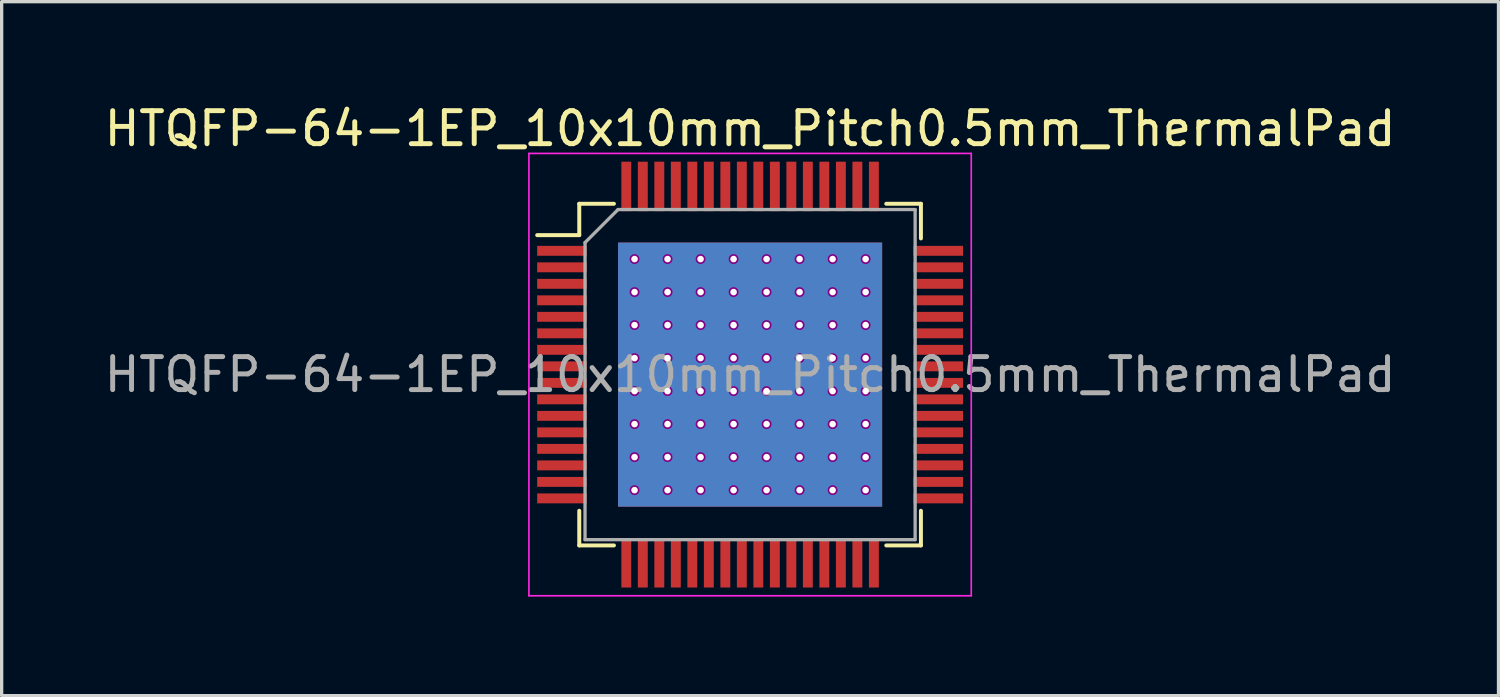
<source format=kicad_pcb>
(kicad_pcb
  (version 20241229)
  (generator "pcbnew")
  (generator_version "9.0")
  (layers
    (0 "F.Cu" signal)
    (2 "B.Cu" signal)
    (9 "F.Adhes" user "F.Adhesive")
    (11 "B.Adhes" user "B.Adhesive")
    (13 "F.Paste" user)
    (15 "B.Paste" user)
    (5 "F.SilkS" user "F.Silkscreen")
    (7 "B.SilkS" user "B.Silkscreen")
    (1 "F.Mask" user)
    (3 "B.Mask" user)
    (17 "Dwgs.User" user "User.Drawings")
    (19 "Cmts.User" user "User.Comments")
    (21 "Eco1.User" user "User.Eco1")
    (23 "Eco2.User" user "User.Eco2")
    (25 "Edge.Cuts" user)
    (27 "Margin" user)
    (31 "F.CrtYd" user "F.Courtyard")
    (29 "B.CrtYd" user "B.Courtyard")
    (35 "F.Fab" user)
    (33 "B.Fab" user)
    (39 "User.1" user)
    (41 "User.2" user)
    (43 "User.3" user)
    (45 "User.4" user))
  (footprint "HTQFP-64-1EP_10x10mm_Pitch0.5mm_ThermalPad"
    (layer "F.Cu")
    (at 19.673 8.298)
    (property "Reference" "HTQFP-64-1EP_10x10mm_Pitch0.5mm_ThermalPad" (at 0 -7.45 0) (layer "F.SilkS") (effects (font (size 1 1) (thickness 0.15))))
    (attr smd)
    (fp_line (start -5.175 -5.175) (end -5.175 -4.225) (stroke (width 0.12) (type solid)) (layer "F.SilkS"))
    (fp_line (start -5.175 -5.175) (end -4.125 -5.175) (stroke (width 0.12) (type solid)) (layer "F.SilkS"))
    (fp_line (start -5.175 -4.225) (end -6.45 -4.225) (stroke (width 0.12) (type solid)) (layer "F.SilkS"))
    (fp_line (start -5.175 5.175) (end -5.175 4.125) (stroke (width 0.12) (type solid)) (layer "F.SilkS"))
    (fp_line (start -5.175 5.175) (end -4.125 5.175) (stroke (width 0.12) (type solid)) (layer "F.SilkS"))
    (fp_line (start 5.175 -5.175) (end 4.125 -5.175) (stroke (width 0.12) (type solid)) (layer "F.SilkS"))
    (fp_line (start 5.175 -5.175) (end 5.175 -4.125) (stroke (width 0.12) (type solid)) (layer "F.SilkS"))
    (fp_line (start 5.175 5.175) (end 4.125 5.175) (stroke (width 0.12) (type solid)) (layer "F.SilkS"))
    (fp_line (start 5.175 5.175) (end 5.175 4.125) (stroke (width 0.12) (type solid)) (layer "F.SilkS"))
    (fp_line (start -6.7 -6.7) (end -6.7 6.7) (stroke (width 0.05) (type solid)) (layer "F.CrtYd"))
    (fp_line (start -6.7 -6.7) (end 6.7 -6.7) (stroke (width 0.05) (type solid)) (layer "F.CrtYd"))
    (fp_line (start -6.7 6.7) (end 6.7 6.7) (stroke (width 0.05) (type solid)) (layer "F.CrtYd"))
    (fp_line (start 6.7 -6.7) (end 6.7 6.7) (stroke (width 0.05) (type solid)) (layer "F.CrtYd"))
    (fp_line (start -5 -4) (end -4 -5) (stroke (width 0.1) (type solid)) (layer "F.Fab"))
    (fp_line (start -5 5) (end -5 -4) (stroke (width 0.1) (type solid)) (layer "F.Fab"))
    (fp_line (start -4 -5) (end 5 -5) (stroke (width 0.1) (type solid)) (layer "F.Fab"))
    (fp_line (start 5 -5) (end 5 5) (stroke (width 0.1) (type solid)) (layer "F.Fab"))
    (fp_line (start 5 5) (end -5 5) (stroke (width 0.1) (type solid)) (layer "F.Fab"))
    (fp_text user "${REFERENCE}" (at 0 0 0) (layer "F.Fab") (effects (font (size 1 1) (thickness 0.15))))
    (pad "1" smd rect (at -5.7 -3.75) (size 1.5 0.3) (layers "F.Cu" "F.Mask" "F.Paste"))
    (pad "2" smd rect (at -5.7 -3.25) (size 1.5 0.3) (layers "F.Cu" "F.Mask" "F.Paste"))
    (pad "3" smd rect (at -5.7 -2.75) (size 1.5 0.3) (layers "F.Cu" "F.Mask" "F.Paste"))
    (pad "4" smd rect (at -5.7 -2.25) (size 1.5 0.3) (layers "F.Cu" "F.Mask" "F.Paste"))
    (pad "5" smd rect (at -5.7 -1.75) (size 1.5 0.3) (layers "F.Cu" "F.Mask" "F.Paste"))
    (pad "6" smd rect (at -5.7 -1.25) (size 1.5 0.3) (layers "F.Cu" "F.Mask" "F.Paste"))
    (pad "7" smd rect (at -5.7 -0.75) (size 1.5 0.3) (layers "F.Cu" "F.Mask" "F.Paste"))
    (pad "8" smd rect (at -5.7 -0.25) (size 1.5 0.3) (layers "F.Cu" "F.Mask" "F.Paste"))
    (pad "9" smd rect (at -5.7 0.25) (size 1.5 0.3) (layers "F.Cu" "F.Mask" "F.Paste"))
    (pad "10" smd rect (at -5.7 0.75) (size 1.5 0.3) (layers "F.Cu" "F.Mask" "F.Paste"))
    (pad "11" smd rect (at -5.7 1.25) (size 1.5 0.3) (layers "F.Cu" "F.Mask" "F.Paste"))
    (pad "12" smd rect (at -5.7 1.75) (size 1.5 0.3) (layers "F.Cu" "F.Mask" "F.Paste"))
    (pad "13" smd rect (at -5.7 2.25) (size 1.5 0.3) (layers "F.Cu" "F.Mask" "F.Paste"))
    (pad "14" smd rect (at -5.7 2.75) (size 1.5 0.3) (layers "F.Cu" "F.Mask" "F.Paste"))
    (pad "15" smd rect (at -5.7 3.25) (size 1.5 0.3) (layers "F.Cu" "F.Mask" "F.Paste"))
    (pad "16" smd rect (at -5.7 3.75) (size 1.5 0.3) (layers "F.Cu" "F.Mask" "F.Paste"))
    (pad "17" smd rect (at -3.75 5.7 90) (size 1.5 0.3) (layers "F.Cu" "F.Mask" "F.Paste"))
    (pad "18" smd rect (at -3.25 5.7 90) (size 1.5 0.3) (layers "F.Cu" "F.Mask" "F.Paste"))
    (pad "19" smd rect (at -2.75 5.7 90) (size 1.5 0.3) (layers "F.Cu" "F.Mask" "F.Paste"))
    (pad "20" smd rect (at -2.25 5.7 90) (size 1.5 0.3) (layers "F.Cu" "F.Mask" "F.Paste"))
    (pad "21" smd rect (at -1.75 5.7 90) (size 1.5 0.3) (layers "F.Cu" "F.Mask" "F.Paste"))
    (pad "22" smd rect (at -1.25 5.7 90) (size 1.5 0.3) (layers "F.Cu" "F.Mask" "F.Paste"))
    (pad "23" smd rect (at -0.75 5.7 90) (size 1.5 0.3) (layers "F.Cu" "F.Mask" "F.Paste"))
    (pad "24" smd rect (at -0.25 5.7 90) (size 1.5 0.3) (layers "F.Cu" "F.Mask" "F.Paste"))
    (pad "25" smd rect (at 0.25 5.7 90) (size 1.5 0.3) (layers "F.Cu" "F.Mask" "F.Paste"))
    (pad "26" smd rect (at 0.75 5.7 90) (size 1.5 0.3) (layers "F.Cu" "F.Mask" "F.Paste"))
    (pad "27" smd rect (at 1.25 5.7 90) (size 1.5 0.3) (layers "F.Cu" "F.Mask" "F.Paste"))
    (pad "28" smd rect (at 1.75 5.7 90) (size 1.5 0.3) (layers "F.Cu" "F.Mask" "F.Paste"))
    (pad "29" smd rect (at 2.25 5.7 90) (size 1.5 0.3) (layers "F.Cu" "F.Mask" "F.Paste"))
    (pad "30" smd rect (at 2.75 5.7 90) (size 1.5 0.3) (layers "F.Cu" "F.Mask" "F.Paste"))
    (pad "31" smd rect (at 3.25 5.7 90) (size 1.5 0.3) (layers "F.Cu" "F.Mask" "F.Paste"))
    (pad "32" smd rect (at 3.75 5.7 90) (size 1.5 0.3) (layers "F.Cu" "F.Mask" "F.Paste"))
    (pad "33" smd rect (at 5.7 3.75) (size 1.5 0.3) (layers "F.Cu" "F.Mask" "F.Paste"))
    (pad "34" smd rect (at 5.7 3.25) (size 1.5 0.3) (layers "F.Cu" "F.Mask" "F.Paste"))
    (pad "35" smd rect (at 5.7 2.75) (size 1.5 0.3) (layers "F.Cu" "F.Mask" "F.Paste"))
    (pad "36" smd rect (at 5.7 2.25) (size 1.5 0.3) (layers "F.Cu" "F.Mask" "F.Paste"))
    (pad "37" smd rect (at 5.7 1.75) (size 1.5 0.3) (layers "F.Cu" "F.Mask" "F.Paste"))
    (pad "38" smd rect (at 5.7 1.25) (size 1.5 0.3) (layers "F.Cu" "F.Mask" "F.Paste"))
    (pad "39" smd rect (at 5.7 0.75) (size 1.5 0.3) (layers "F.Cu" "F.Mask" "F.Paste"))
    (pad "40" smd rect (at 5.7 0.25) (size 1.5 0.3) (layers "F.Cu" "F.Mask" "F.Paste"))
    (pad "41" smd rect (at 5.7 -0.25) (size 1.5 0.3) (layers "F.Cu" "F.Mask" "F.Paste"))
    (pad "42" smd rect (at 5.7 -0.75) (size 1.5 0.3) (layers "F.Cu" "F.Mask" "F.Paste"))
    (pad "43" smd rect (at 5.7 -1.25) (size 1.5 0.3) (layers "F.Cu" "F.Mask" "F.Paste"))
    (pad "44" smd rect (at 5.7 -1.75) (size 1.5 0.3) (layers "F.Cu" "F.Mask" "F.Paste"))
    (pad "45" smd rect (at 5.7 -2.25) (size 1.5 0.3) (layers "F.Cu" "F.Mask" "F.Paste"))
    (pad "46" smd rect (at 5.7 -2.75) (size 1.5 0.3) (layers "F.Cu" "F.Mask" "F.Paste"))
    (pad "47" smd rect (at 5.7 -3.25) (size 1.5 0.3) (layers "F.Cu" "F.Mask" "F.Paste"))
    (pad "48" smd rect (at 5.7 -3.75) (size 1.5 0.3) (layers "F.Cu" "F.Mask" "F.Paste"))
    (pad "49" smd rect (at 3.75 -5.7 90) (size 1.5 0.3) (layers "F.Cu" "F.Mask" "F.Paste"))
    (pad "50" smd rect (at 3.25 -5.7 90) (size 1.5 0.3) (layers "F.Cu" "F.Mask" "F.Paste"))
    (pad "51" smd rect (at 2.75 -5.7 90) (size 1.5 0.3) (layers "F.Cu" "F.Mask" "F.Paste"))
    (pad "52" smd rect (at 2.25 -5.7 90) (size 1.5 0.3) (layers "F.Cu" "F.Mask" "F.Paste"))
    (pad "53" smd rect (at 1.75 -5.7 90) (size 1.5 0.3) (layers "F.Cu" "F.Mask" "F.Paste"))
    (pad "54" smd rect (at 1.25 -5.7 90) (size 1.5 0.3) (layers "F.Cu" "F.Mask" "F.Paste"))
    (pad "55" smd rect (at 0.75 -5.7 90) (size 1.5 0.3) (layers "F.Cu" "F.Mask" "F.Paste"))
    (pad "56" smd rect (at 0.25 -5.7 90) (size 1.5 0.3) (layers "F.Cu" "F.Mask" "F.Paste"))
    (pad "57" smd rect (at -0.25 -5.7 90) (size 1.5 0.3) (layers "F.Cu" "F.Mask" "F.Paste"))
    (pad "58" smd rect (at -0.75 -5.7 90) (size 1.5 0.3) (layers "F.Cu" "F.Mask" "F.Paste"))
    (pad "59" smd rect (at -1.25 -5.7 90) (size 1.5 0.3) (layers "F.Cu" "F.Mask" "F.Paste"))
    (pad "60" smd rect (at -1.75 -5.7 90) (size 1.5 0.3) (layers "F.Cu" "F.Mask" "F.Paste"))
    (pad "61" smd rect (at -2.25 -5.7 90) (size 1.5 0.3) (layers "F.Cu" "F.Mask" "F.Paste"))
    (pad "62" smd rect (at -2.75 -5.7 90) (size 1.5 0.3) (layers "F.Cu" "F.Mask" "F.Paste"))
    (pad "63" smd rect (at -3.25 -5.7 90) (size 1.5 0.3) (layers "F.Cu" "F.Mask" "F.Paste"))
    (pad "64" smd rect (at -3.75 -5.7 90) (size 1.5 0.3) (layers "F.Cu" "F.Mask" "F.Paste"))
    (pad "65" thru_hole circle (at -3.5 -3.5 90) (size 0.3 0.3) (drill 0.2) (layers "*.Cu" "F.Adhes"))
    (pad "65" thru_hole circle (at -3.5 -2.5 90) (size 0.3 0.3) (drill 0.2) (layers "*.Cu" "F.Adhes"))
    (pad "65" thru_hole circle (at -3.5 -1.5 90) (size 0.3 0.3) (drill 0.2) (layers "*.Cu" "F.Adhes"))
    (pad "65" thru_hole circle (at -3.5 -0.5 90) (size 0.3 0.3) (drill 0.2) (layers "*.Cu" "F.Adhes"))
    (pad "65" thru_hole circle (at -3.5 0.5 90) (size 0.3 0.3) (drill 0.2) (layers "*.Cu" "F.Adhes"))
    (pad "65" thru_hole circle (at -3.5 1.5 90) (size 0.3 0.3) (drill 0.2) (layers "*.Cu" "F.Adhes"))
    (pad "65" thru_hole circle (at -3.5 2.5 90) (size 0.3 0.3) (drill 0.2) (layers "*.Cu" "F.Adhes"))
    (pad "65" thru_hole circle (at -3.5 3.5 90) (size 0.3 0.3) (drill 0.2) (layers "*.Cu" "F.Adhes"))
    (pad "65" thru_hole circle (at -2.5 -3.5 90) (size 0.3 0.3) (drill 0.2) (layers "*.Cu" "F.Adhes"))
    (pad "65" thru_hole circle (at -2.5 -2.5 90) (size 0.3 0.3) (drill 0.2) (layers "*.Cu" "F.Adhes"))
    (pad "65" thru_hole circle (at -2.5 -1.5 90) (size 0.3 0.3) (drill 0.2) (layers "*.Cu" "F.Adhes"))
    (pad "65" thru_hole circle (at -2.5 -0.5 90) (size 0.3 0.3) (drill 0.2) (layers "*.Cu" "F.Adhes"))
    (pad "65" thru_hole circle (at -2.5 0.5 90) (size 0.3 0.3) (drill 0.2) (layers "*.Cu" "F.Adhes"))
    (pad "65" thru_hole circle (at -2.5 1.5 90) (size 0.3 0.3) (drill 0.2) (layers "*.Cu" "F.Adhes"))
    (pad "65" thru_hole circle (at -2.5 2.5 90) (size 0.3 0.3) (drill 0.2) (layers "*.Cu" "F.Adhes"))
    (pad "65" thru_hole circle (at -2.5 3.5 90) (size 0.3 0.3) (drill 0.2) (layers "*.Cu" "F.Adhes"))
    (pad "65" thru_hole circle (at -1.5 -3.5 90) (size 0.3 0.3) (drill 0.2) (layers "*.Cu" "F.Adhes"))
    (pad "65" thru_hole circle (at -1.5 -2.5 90) (size 0.3 0.3) (drill 0.2) (layers "*.Cu" "F.Adhes"))
    (pad "65" thru_hole circle (at -1.5 -1.5 90) (size 0.3 0.3) (drill 0.2) (layers "*.Cu" "F.Adhes"))
    (pad "65" thru_hole circle (at -1.5 -0.5 90) (size 0.3 0.3) (drill 0.2) (layers "*.Cu" "F.Adhes"))
    (pad "65" thru_hole circle (at -1.5 0.5 90) (size 0.3 0.3) (drill 0.2) (layers "*.Cu" "F.Adhes"))
    (pad "65" thru_hole circle (at -1.5 1.5 90) (size 0.3 0.3) (drill 0.2) (layers "*.Cu" "F.Adhes"))
    (pad "65" thru_hole circle (at -1.5 2.5 90) (size 0.3 0.3) (drill 0.2) (layers "*.Cu" "F.Adhes"))
    (pad "65" thru_hole circle (at -1.5 3.5 90) (size 0.3 0.3) (drill 0.2) (layers "*.Cu" "F.Adhes"))
    (pad "65" thru_hole circle (at -0.5 -3.5 90) (size 0.3 0.3) (drill 0.2) (layers "*.Cu" "F.Adhes"))
    (pad "65" thru_hole circle (at -0.5 -2.5 90) (size 0.3 0.3) (drill 0.2) (layers "*.Cu" "F.Adhes"))
    (pad "65" thru_hole circle (at -0.5 -1.5 90) (size 0.3 0.3) (drill 0.2) (layers "*.Cu" "F.Adhes"))
    (pad "65" thru_hole circle (at -0.5 -0.5 90) (size 0.3 0.3) (drill 0.2) (layers "*.Cu" "F.Adhes"))
    (pad "65" thru_hole circle (at -0.5 0.5 90) (size 0.3 0.3) (drill 0.2) (layers "*.Cu" "F.Adhes"))
    (pad "65" thru_hole circle (at -0.5 1.5 90) (size 0.3 0.3) (drill 0.2) (layers "*.Cu" "F.Adhes"))
    (pad "65" thru_hole circle (at -0.5 2.5 90) (size 0.3 0.3) (drill 0.2) (layers "*.Cu" "F.Adhes"))
    (pad "65" thru_hole circle (at -0.5 3.5 90) (size 0.3 0.3) (drill 0.2) (layers "*.Cu" "F.Adhes"))
    (pad "65" smd rect (at 0 0 180) (size 8 8) (layers "F.Cu" "F.Mask" "F.Paste"))
    (pad "65" smd rect (at 0 0 180) (size 8 8) (layers "B.Cu"))
    (pad "65" thru_hole circle (at 0.5 -3.5 90) (size 0.3 0.3) (drill 0.2) (layers "*.Cu" "F.Adhes"))
    (pad "65" thru_hole circle (at 0.5 -2.5 90) (size 0.3 0.3) (drill 0.2) (layers "*.Cu" "F.Adhes"))
    (pad "65" thru_hole circle (at 0.5 -1.5 90) (size 0.3 0.3) (drill 0.2) (layers "*.Cu" "F.Adhes"))
    (pad "65" thru_hole circle (at 0.5 -0.5 90) (size 0.3 0.3) (drill 0.2) (layers "*.Cu" "F.Adhes"))
    (pad "65" thru_hole circle (at 0.5 0.5 90) (size 0.3 0.3) (drill 0.2) (layers "*.Cu" "F.Adhes"))
    (pad "65" thru_hole circle (at 0.5 1.5 90) (size 0.3 0.3) (drill 0.2) (layers "*.Cu" "F.Adhes"))
    (pad "65" thru_hole circle (at 0.5 2.5 90) (size 0.3 0.3) (drill 0.2) (layers "*.Cu" "F.Adhes"))
    (pad "65" thru_hole circle (at 0.5 3.5 90) (size 0.3 0.3) (drill 0.2) (layers "*.Cu" "F.Adhes"))
    (pad "65" thru_hole circle (at 1.5 -3.5 90) (size 0.3 0.3) (drill 0.2) (layers "*.Cu" "F.Adhes"))
    (pad "65" thru_hole circle (at 1.5 -2.5 90) (size 0.3 0.3) (drill 0.2) (layers "*.Cu" "F.Adhes"))
    (pad "65" thru_hole circle (at 1.5 -1.5 90) (size 0.3 0.3) (drill 0.2) (layers "*.Cu" "F.Adhes"))
    (pad "65" thru_hole circle (at 1.5 -0.5 90) (size 0.3 0.3) (drill 0.2) (layers "*.Cu" "F.Adhes"))
    (pad "65" thru_hole circle (at 1.5 0.5 90) (size 0.3 0.3) (drill 0.2) (layers "*.Cu" "F.Adhes"))
    (pad "65" thru_hole circle (at 1.5 1.5 90) (size 0.3 0.3) (drill 0.2) (layers "*.Cu" "F.Adhes"))
    (pad "65" thru_hole circle (at 1.5 2.5 90) (size 0.3 0.3) (drill 0.2) (layers "*.Cu" "F.Adhes"))
    (pad "65" thru_hole circle (at 1.5 3.5 90) (size 0.3 0.3) (drill 0.2) (layers "*.Cu" "F.Adhes"))
    (pad "65" thru_hole circle (at 2.5 -3.5 90) (size 0.3 0.3) (drill 0.2) (layers "*.Cu" "F.Adhes"))
    (pad "65" thru_hole circle (at 2.5 -2.5 90) (size 0.3 0.3) (drill 0.2) (layers "*.Cu" "F.Adhes"))
    (pad "65" thru_hole circle (at 2.5 -1.5 90) (size 0.3 0.3) (drill 0.2) (layers "*.Cu" "F.Adhes"))
    (pad "65" thru_hole circle (at 2.5 -0.5 90) (size 0.3 0.3) (drill 0.2) (layers "*.Cu" "F.Adhes"))
    (pad "65" thru_hole circle (at 2.5 0.5 90) (size 0.3 0.3) (drill 0.2) (layers "*.Cu" "F.Adhes"))
    (pad "65" thru_hole circle (at 2.5 1.5 90) (size 0.3 0.3) (drill 0.2) (layers "*.Cu" "F.Adhes"))
    (pad "65" thru_hole circle (at 2.5 2.5 90) (size 0.3 0.3) (drill 0.2) (layers "*.Cu" "F.Adhes"))
    (pad "65" thru_hole circle (at 2.5 3.5 90) (size 0.3 0.3) (drill 0.2) (layers "*.Cu" "F.Adhes"))
    (pad "65" thru_hole circle (at 3.5 -3.5 90) (size 0.3 0.3) (drill 0.2) (layers "*.Cu" "F.Adhes"))
    (pad "65" thru_hole circle (at 3.5 -2.5 90) (size 0.3 0.3) (drill 0.2) (layers "*.Cu" "F.Adhes"))
    (pad "65" thru_hole circle (at 3.5 -1.5 90) (size 0.3 0.3) (drill 0.2) (layers "*.Cu" "F.Adhes"))
    (pad "65" thru_hole circle (at 3.5 -0.5 90) (size 0.3 0.3) (drill 0.2) (layers "*.Cu" "F.Adhes"))
    (pad "65" thru_hole circle (at 3.5 0.5 90) (size 0.3 0.3) (drill 0.2) (layers "*.Cu" "F.Adhes"))
    (pad "65" thru_hole circle (at 3.5 1.5 90) (size 0.3 0.3) (drill 0.2) (layers "*.Cu" "F.Adhes"))
    (pad "65" thru_hole circle (at 3.5 2.5 90) (size 0.3 0.3) (drill 0.2) (layers "*.Cu" "F.Adhes"))
    (pad "65" thru_hole circle (at 3.5 3.5 90) (size 0.3 0.3) (drill 0.2) (layers "*.Cu" "F.Adhes")))
  (gr_rect
    (start -3 -3)
    (end 42.345 18.023)
    (stroke (width 0.1) (type default))
    (fill no)
    (layer "Edge.Cuts")))
</source>
